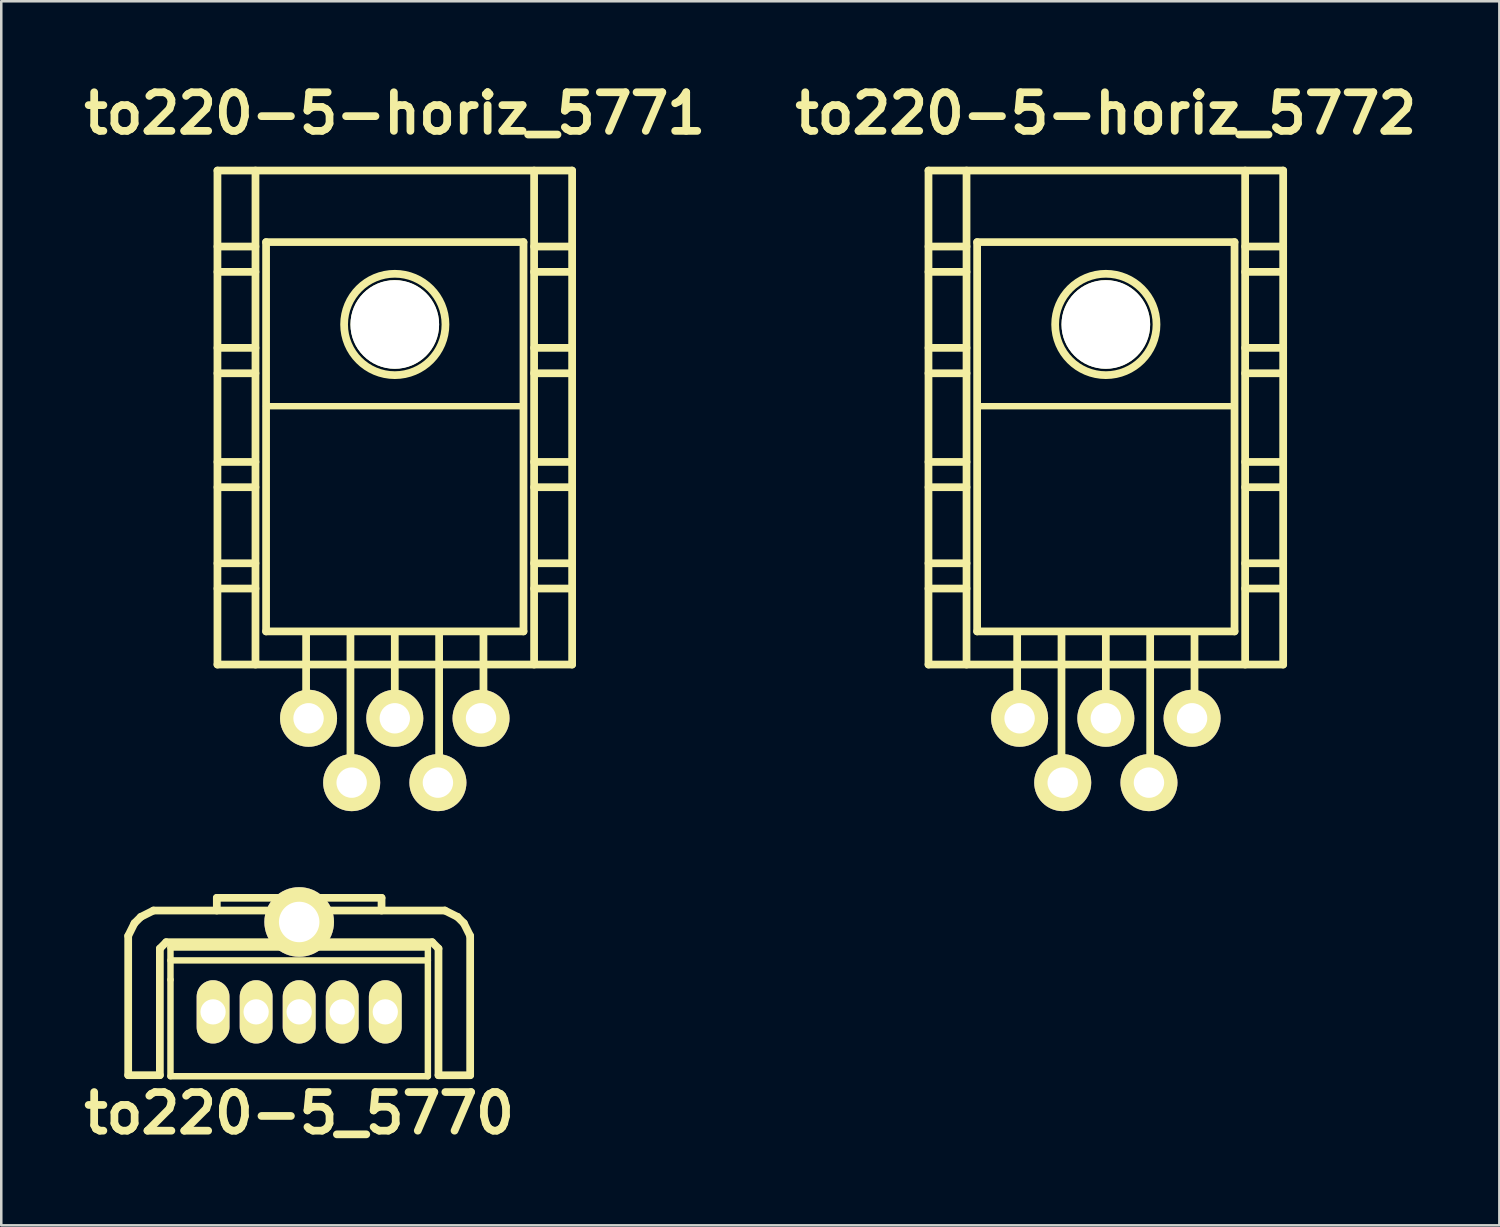
<source format=kicad_pcb>
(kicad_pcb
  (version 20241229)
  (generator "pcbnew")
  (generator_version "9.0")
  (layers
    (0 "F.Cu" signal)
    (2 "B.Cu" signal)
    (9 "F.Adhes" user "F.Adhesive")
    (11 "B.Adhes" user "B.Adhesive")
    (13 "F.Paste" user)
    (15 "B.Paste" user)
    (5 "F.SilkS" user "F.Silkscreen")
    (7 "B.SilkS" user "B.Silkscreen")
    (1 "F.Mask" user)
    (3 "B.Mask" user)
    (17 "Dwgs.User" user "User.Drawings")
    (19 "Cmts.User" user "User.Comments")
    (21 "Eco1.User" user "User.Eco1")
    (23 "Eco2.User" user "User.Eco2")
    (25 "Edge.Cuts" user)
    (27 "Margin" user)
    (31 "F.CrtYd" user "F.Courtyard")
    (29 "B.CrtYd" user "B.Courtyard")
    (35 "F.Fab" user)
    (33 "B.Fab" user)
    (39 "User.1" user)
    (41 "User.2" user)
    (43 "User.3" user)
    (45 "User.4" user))
  (footprint "to220-5_5770"
    (layer "F.Cu")
    (at 8.759 36.89)
    (property "Reference" "to220-5_5770" (at 0 4 0) (layer "F.SilkS") (effects (font (size 1.524 1.524) (thickness 0.305))))
    (attr through_hole)
    (fp_line (start -6.749 -3) (end -6.5 -3.5) (stroke (width 0.305) (type solid)) (layer "F.SilkS"))
    (fp_line (start -6.749 2.499) (end -6.749 -3) (stroke (width 0.305) (type solid)) (layer "F.SilkS"))
    (fp_line (start -6.5 -3.5) (end -6.251 -3.749) (stroke (width 0.305) (type solid)) (layer "F.SilkS"))
    (fp_line (start -6.251 -3.749) (end -5.751 -4) (stroke (width 0.305) (type solid)) (layer "F.SilkS"))
    (fp_line (start -5.499 -2.499) (end -5.25 -2.751) (stroke (width 0.305) (type solid)) (layer "F.SilkS"))
    (fp_line (start -5.499 2.499) (end -6.749 2.499) (stroke (width 0.305) (type solid)) (layer "F.SilkS"))
    (fp_line (start -5.499 2.499) (end -5.499 -2.499) (stroke (width 0.305) (type solid)) (layer "F.SilkS"))
    (fp_line (start -5.25 -2.751) (end 5.25 -2.751) (stroke (width 0.305) (type solid)) (layer "F.SilkS"))
    (fp_line (start -5.08 -2.54) (end -5.08 -1.27) (stroke (width 0.254) (type solid)) (layer "F.SilkS"))
    (fp_line (start -5.08 -2.032) (end 5.08 -2.032) (stroke (width 0.254) (type solid)) (layer "F.SilkS"))
    (fp_line (start -5.08 -1.27) (end -5.08 2.54) (stroke (width 0.254) (type solid)) (layer "F.SilkS"))
    (fp_line (start -5.08 2.54) (end 5.08 2.54) (stroke (width 0.254) (type solid)) (layer "F.SilkS"))
    (fp_line (start -3.251 -4.501) (end 3.251 -4.501) (stroke (width 0.305) (type solid)) (layer "F.SilkS"))
    (fp_line (start -3.251 -4) (end -3.251 -4.501) (stroke (width 0.305) (type solid)) (layer "F.SilkS"))
    (fp_line (start 3.251 -4.501) (end 3.251 -4) (stroke (width 0.305) (type solid)) (layer "F.SilkS"))
    (fp_line (start 5.08 -2.54) (end -5.08 -2.54) (stroke (width 0.254) (type solid)) (layer "F.SilkS"))
    (fp_line (start 5.08 2.54) (end 5.08 -2.54) (stroke (width 0.254) (type solid)) (layer "F.SilkS"))
    (fp_line (start 5.25 -2.751) (end 5.499 -2.499) (stroke (width 0.305) (type solid)) (layer "F.SilkS"))
    (fp_line (start 5.499 2.499) (end 5.499 -2.499) (stroke (width 0.305) (type solid)) (layer "F.SilkS"))
    (fp_line (start 5.751 -4) (end -5.751 -4) (stroke (width 0.305) (type solid)) (layer "F.SilkS"))
    (fp_line (start 5.751 -4) (end 6.251 -3.749) (stroke (width 0.305) (type solid)) (layer "F.SilkS"))
    (fp_line (start 6.251 -3.749) (end 6.5 -3.5) (stroke (width 0.305) (type solid)) (layer "F.SilkS"))
    (fp_line (start 6.5 -3.5) (end 6.749 -3) (stroke (width 0.305) (type solid)) (layer "F.SilkS"))
    (fp_line (start 6.749 2.499) (end 6.749 -3) (stroke (width 0.305) (type solid)) (layer "F.SilkS"))
    (fp_line (start 6.749 2.502) (end 5.499 2.502) (stroke (width 0.305) (type solid)) (layer "F.SilkS"))
    (pad "" thru_hole circle (at 0 -3.548) (size 2.748 2.748) (drill 1.598) (layers "*.Cu" "*.Mask" "F.SilkS"))
    (pad "1" thru_hole oval (at 3.399 0) (size 1.295 2.499) (drill 0.996) (layers "*.Cu" "*.Mask" "F.SilkS"))
    (pad "2" thru_hole oval (at 1.699 0) (size 1.295 2.499) (drill 0.996) (layers "*.Cu" "*.Mask" "F.SilkS"))
    (pad "3" thru_hole oval (at 0 0) (size 1.298 2.499) (drill 0.998) (layers "*.Cu" "*.Mask" "F.SilkS"))
    (pad "4" thru_hole oval (at -1.699 0) (size 1.295 2.499) (drill 0.996) (layers "*.Cu" "*.Mask" "F.SilkS"))
    (pad "5" thru_hole oval (at -3.399 0) (size 1.295 2.499) (drill 0.996) (layers "*.Cu" "*.Mask" "F.SilkS")))
  (footprint "to220-5-horiz_5771"
    (layer "F.Cu")
    (at 12.533 17.682)
    (property "Reference" "to220-5-horiz_5771" (at 0 -16.256 0) (layer "F.SilkS") (effects (font (size 1.524 1.524) (thickness 0.305))))
    (attr through_hole)
    (fp_line (start -7 -14) (end -7 5.499) (stroke (width 0.305) (type solid)) (layer "F.SilkS"))
    (fp_line (start -7 -11.001) (end -5.499 -11.001) (stroke (width 0.305) (type solid)) (layer "F.SilkS"))
    (fp_line (start -7 -10) (end -5.499 -10) (stroke (width 0.305) (type solid)) (layer "F.SilkS"))
    (fp_line (start -7 -7) (end -5.499 -7) (stroke (width 0.305) (type solid)) (layer "F.SilkS"))
    (fp_line (start -7 -5.999) (end -5.499 -5.999) (stroke (width 0.305) (type solid)) (layer "F.SilkS"))
    (fp_line (start -7 -2.499) (end -5.499 -2.499) (stroke (width 0.305) (type solid)) (layer "F.SilkS"))
    (fp_line (start -7 -1.501) (end -5.499 -1.501) (stroke (width 0.305) (type solid)) (layer "F.SilkS"))
    (fp_line (start -7 1.501) (end -5.499 1.501) (stroke (width 0.305) (type solid)) (layer "F.SilkS"))
    (fp_line (start -7 2.499) (end -5.499 2.499) (stroke (width 0.305) (type solid)) (layer "F.SilkS"))
    (fp_line (start -7 5.499) (end 7 5.499) (stroke (width 0.305) (type solid)) (layer "F.SilkS"))
    (fp_line (start -5.499 5.499) (end -5.499 -14) (stroke (width 0.305) (type solid)) (layer "F.SilkS"))
    (fp_line (start -5.08 -11.176) (end -5.08 4.191) (stroke (width 0.305) (type solid)) (layer "F.SilkS"))
    (fp_line (start -5.08 4.191) (end 5.08 4.191) (stroke (width 0.305) (type solid)) (layer "F.SilkS"))
    (fp_line (start -3.5 7.75) (end -3.5 4.249) (stroke (width 0.305) (type solid)) (layer "F.SilkS"))
    (fp_line (start -1.75 10.249) (end -1.75 4.249) (stroke (width 0.305) (type solid)) (layer "F.SilkS"))
    (fp_line (start 0 7.75) (end 0 4.249) (stroke (width 0.305) (type solid)) (layer "F.SilkS"))
    (fp_line (start 1.75 10.249) (end 1.75 4.249) (stroke (width 0.305) (type solid)) (layer "F.SilkS"))
    (fp_line (start 3.5 7.75) (end 3.5 4.249) (stroke (width 0.305) (type solid)) (layer "F.SilkS"))
    (fp_line (start 5.08 -11.176) (end -5.08 -11.176) (stroke (width 0.305) (type solid)) (layer "F.SilkS"))
    (fp_line (start 5.08 -4.699) (end -5.08 -4.699) (stroke (width 0.254) (type solid)) (layer "F.SilkS"))
    (fp_line (start 5.08 4.191) (end 5.08 -11.176) (stroke (width 0.305) (type solid)) (layer "F.SilkS"))
    (fp_line (start 5.499 -14) (end 5.499 5.499) (stroke (width 0.305) (type solid)) (layer "F.SilkS"))
    (fp_line (start 5.499 -11.001) (end 7 -11.001) (stroke (width 0.305) (type solid)) (layer "F.SilkS"))
    (fp_line (start 5.499 -10) (end 7 -10) (stroke (width 0.305) (type solid)) (layer "F.SilkS"))
    (fp_line (start 5.499 -7) (end 7 -7) (stroke (width 0.305) (type solid)) (layer "F.SilkS"))
    (fp_line (start 5.499 -5.999) (end 7 -5.999) (stroke (width 0.305) (type solid)) (layer "F.SilkS"))
    (fp_line (start 5.499 -2.499) (end 7 -2.499) (stroke (width 0.305) (type solid)) (layer "F.SilkS"))
    (fp_line (start 5.499 -1.501) (end 7 -1.501) (stroke (width 0.305) (type solid)) (layer "F.SilkS"))
    (fp_line (start 5.499 1.501) (end 7 1.501) (stroke (width 0.305) (type solid)) (layer "F.SilkS"))
    (fp_line (start 5.499 2.499) (end 7 2.499) (stroke (width 0.305) (type solid)) (layer "F.SilkS"))
    (fp_line (start 7 -14) (end -7 -14) (stroke (width 0.305) (type solid)) (layer "F.SilkS"))
    (fp_line (start 7 5.499) (end 7 -14) (stroke (width 0.305) (type solid)) (layer "F.SilkS"))
    (fp_circle (center 0 -7.925) (end -1.999 -8.001) (stroke (width 0.305) (type solid)) (fill no) (layer "F.SilkS"))
    (pad "" np_thru_hole circle (at 0 -7.925) (size 3.498 3.498) (drill 3.498) (layers "*.Cu" "*.Mask" "F.SilkS"))
    (pad "1" thru_hole circle (at 3.404 7.62) (size 2.25 2.25) (drill 1.199) (layers "*.Cu" "*.Mask" "F.SilkS"))
    (pad "2" thru_hole circle (at 1.702 10.16) (size 2.25 2.25) (drill 1.199) (layers "*.Cu" "*.Mask" "F.SilkS"))
    (pad "3" thru_hole circle (at 0 7.62) (size 2.25 2.25) (drill 1.199) (layers "*.Cu" "*.Mask" "F.SilkS"))
    (pad "4" thru_hole circle (at -1.702 10.16) (size 2.25 2.25) (drill 1.199) (layers "*.Cu" "*.Mask" "F.SilkS"))
    (pad "5" thru_hole circle (at -3.404 7.62) (size 2.25 2.25) (drill 1.199) (layers "*.Cu" "*.Mask" "F.SilkS")))
  (footprint "to220-5-horiz_5772"
    (layer "F.Cu")
    (at 40.599 17.682)
    (property "Reference" "to220-5-horiz_5772" (at 0 -16.256 0) (layer "F.SilkS") (effects (font (size 1.524 1.524) (thickness 0.305))))
    (attr through_hole)
    (fp_line (start -7 -14) (end -7 5.499) (stroke (width 0.305) (type solid)) (layer "F.SilkS"))
    (fp_line (start -7 -11.001) (end -5.499 -11.001) (stroke (width 0.305) (type solid)) (layer "F.SilkS"))
    (fp_line (start -7 -10) (end -5.499 -10) (stroke (width 0.305) (type solid)) (layer "F.SilkS"))
    (fp_line (start -7 -7) (end -5.499 -7) (stroke (width 0.305) (type solid)) (layer "F.SilkS"))
    (fp_line (start -7 -5.999) (end -5.499 -5.999) (stroke (width 0.305) (type solid)) (layer "F.SilkS"))
    (fp_line (start -7 -2.499) (end -5.499 -2.499) (stroke (width 0.305) (type solid)) (layer "F.SilkS"))
    (fp_line (start -7 -1.501) (end -5.499 -1.501) (stroke (width 0.305) (type solid)) (layer "F.SilkS"))
    (fp_line (start -7 1.501) (end -5.499 1.501) (stroke (width 0.305) (type solid)) (layer "F.SilkS"))
    (fp_line (start -7 2.499) (end -5.499 2.499) (stroke (width 0.305) (type solid)) (layer "F.SilkS"))
    (fp_line (start -7 5.499) (end 7 5.499) (stroke (width 0.305) (type solid)) (layer "F.SilkS"))
    (fp_line (start -5.499 5.499) (end -5.499 -14) (stroke (width 0.305) (type solid)) (layer "F.SilkS"))
    (fp_line (start -5.08 -11.176) (end -5.08 4.191) (stroke (width 0.305) (type solid)) (layer "F.SilkS"))
    (fp_line (start -5.08 4.191) (end 5.08 4.191) (stroke (width 0.305) (type solid)) (layer "F.SilkS"))
    (fp_line (start -3.5 7.75) (end -3.5 4.249) (stroke (width 0.305) (type solid)) (layer "F.SilkS"))
    (fp_line (start -1.75 10.249) (end -1.75 4.249) (stroke (width 0.305) (type solid)) (layer "F.SilkS"))
    (fp_line (start 0 7.75) (end 0 4.249) (stroke (width 0.305) (type solid)) (layer "F.SilkS"))
    (fp_line (start 1.75 10.249) (end 1.75 4.249) (stroke (width 0.305) (type solid)) (layer "F.SilkS"))
    (fp_line (start 3.5 7.75) (end 3.5 4.249) (stroke (width 0.305) (type solid)) (layer "F.SilkS"))
    (fp_line (start 5.08 -11.176) (end -5.08 -11.176) (stroke (width 0.305) (type solid)) (layer "F.SilkS"))
    (fp_line (start 5.08 -4.699) (end -5.08 -4.699) (stroke (width 0.254) (type solid)) (layer "F.SilkS"))
    (fp_line (start 5.08 4.191) (end 5.08 -11.176) (stroke (width 0.305) (type solid)) (layer "F.SilkS"))
    (fp_line (start 5.499 -14) (end 5.499 5.499) (stroke (width 0.305) (type solid)) (layer "F.SilkS"))
    (fp_line (start 5.499 -11.001) (end 7 -11.001) (stroke (width 0.305) (type solid)) (layer "F.SilkS"))
    (fp_line (start 5.499 -10) (end 7 -10) (stroke (width 0.305) (type solid)) (layer "F.SilkS"))
    (fp_line (start 5.499 -7) (end 7 -7) (stroke (width 0.305) (type solid)) (layer "F.SilkS"))
    (fp_line (start 5.499 -5.999) (end 7 -5.999) (stroke (width 0.305) (type solid)) (layer "F.SilkS"))
    (fp_line (start 5.499 -2.499) (end 7 -2.499) (stroke (width 0.305) (type solid)) (layer "F.SilkS"))
    (fp_line (start 5.499 -1.501) (end 7 -1.501) (stroke (width 0.305) (type solid)) (layer "F.SilkS"))
    (fp_line (start 5.499 1.501) (end 7 1.501) (stroke (width 0.305) (type solid)) (layer "F.SilkS"))
    (fp_line (start 5.499 2.499) (end 7 2.499) (stroke (width 0.305) (type solid)) (layer "F.SilkS"))
    (fp_line (start 7 -14) (end -7 -14) (stroke (width 0.305) (type solid)) (layer "F.SilkS"))
    (fp_line (start 7 5.499) (end 7 -14) (stroke (width 0.305) (type solid)) (layer "F.SilkS"))
    (fp_circle (center 0 -7.925) (end -1.999 -8.001) (stroke (width 0.305) (type solid)) (fill no) (layer "F.SilkS"))
    (pad "" np_thru_hole circle (at 0 -7.925) (size 3.498 3.498) (drill 3.498) (layers "*.Cu" "*.Mask" "F.SilkS"))
    (pad "1" thru_hole circle (at 3.404 7.62) (size 2.25 2.25) (drill 1.199) (layers "*.Cu" "*.Mask" "F.SilkS"))
    (pad "2" thru_hole circle (at 1.702 10.16) (size 2.25 2.25) (drill 1.199) (layers "*.Cu" "*.Mask" "F.SilkS"))
    (pad "3" thru_hole circle (at 0 7.62) (size 2.25 2.25) (drill 1.199) (layers "*.Cu" "*.Mask" "F.SilkS"))
    (pad "4" thru_hole circle (at -1.702 10.16) (size 2.25 2.25) (drill 1.199) (layers "*.Cu" "*.Mask" "F.SilkS"))
    (pad "5" thru_hole circle (at -3.404 7.62) (size 2.25 2.25) (drill 1.199) (layers "*.Cu" "*.Mask" "F.SilkS")))
  (gr_rect
    (start -3 -3)
    (end 56.132 45.317)
    (stroke (width 0.1) (type default))
    (fill no)
    (layer "Edge.Cuts")))
</source>
